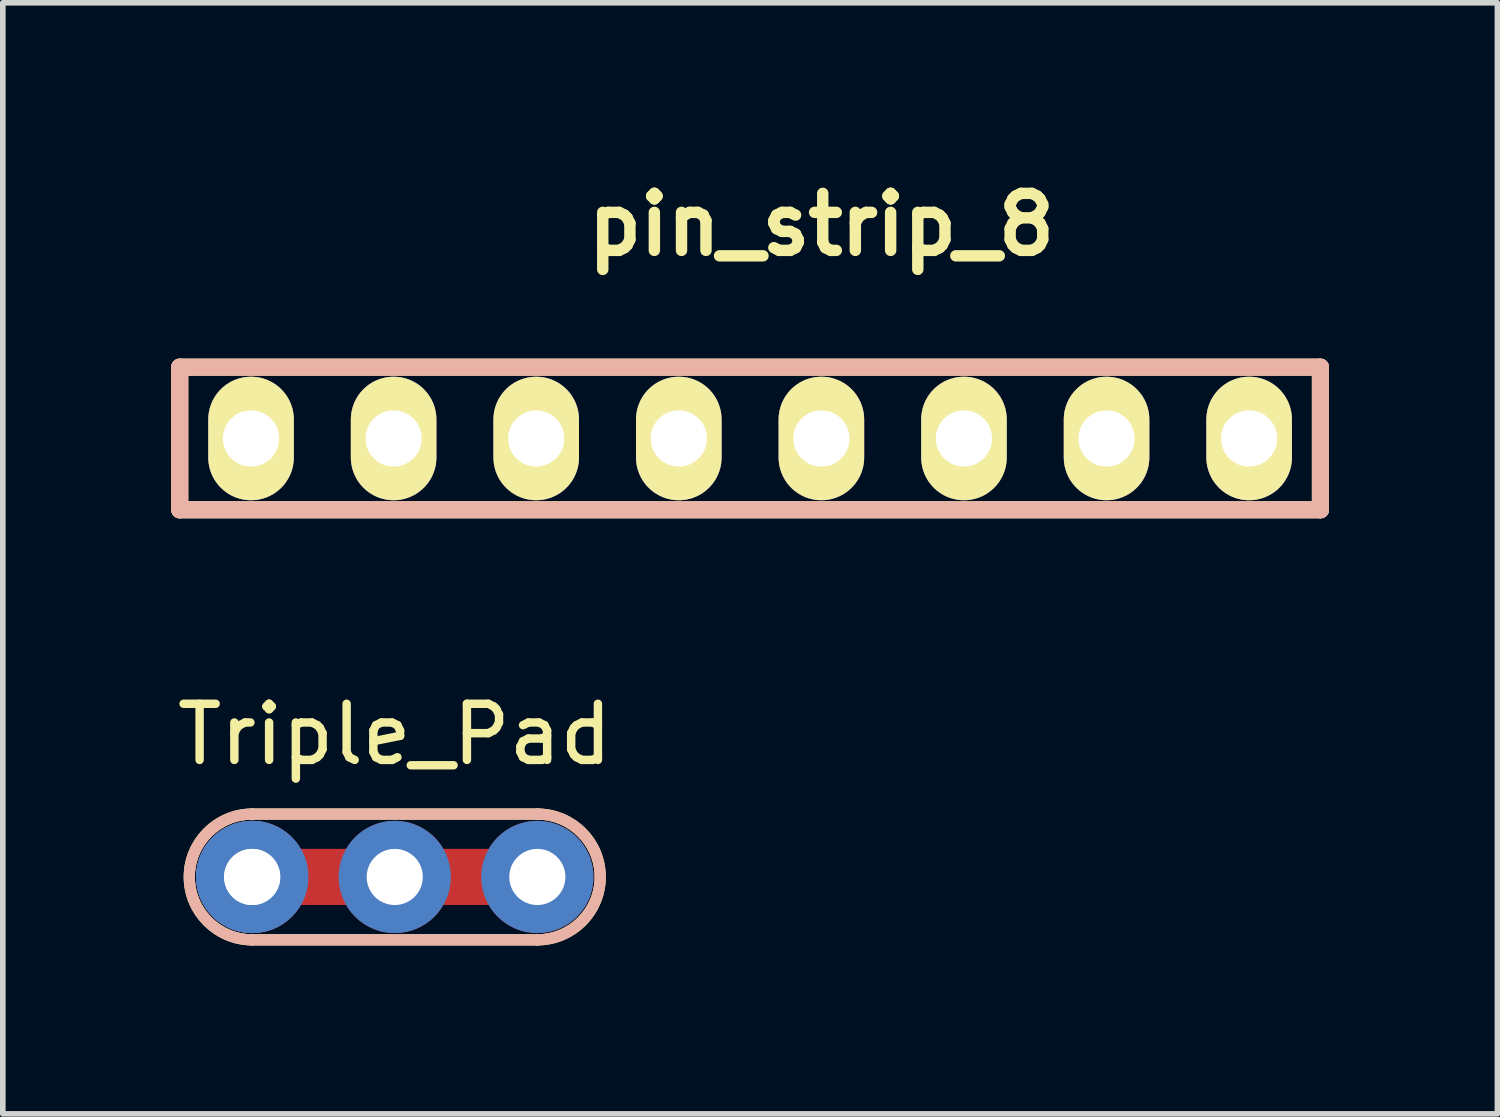
<source format=kicad_pcb>
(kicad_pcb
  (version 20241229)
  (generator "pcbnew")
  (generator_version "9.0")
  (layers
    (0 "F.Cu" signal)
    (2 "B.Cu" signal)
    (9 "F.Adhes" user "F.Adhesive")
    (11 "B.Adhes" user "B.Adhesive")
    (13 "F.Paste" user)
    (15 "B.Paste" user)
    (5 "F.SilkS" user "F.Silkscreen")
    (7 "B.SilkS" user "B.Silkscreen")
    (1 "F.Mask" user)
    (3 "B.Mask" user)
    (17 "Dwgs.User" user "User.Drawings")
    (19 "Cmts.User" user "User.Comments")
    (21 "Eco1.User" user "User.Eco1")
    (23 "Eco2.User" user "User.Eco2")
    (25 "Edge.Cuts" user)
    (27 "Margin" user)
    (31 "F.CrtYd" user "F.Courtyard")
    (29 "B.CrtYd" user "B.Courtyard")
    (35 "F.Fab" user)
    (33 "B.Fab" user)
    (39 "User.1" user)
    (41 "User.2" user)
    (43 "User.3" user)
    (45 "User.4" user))
  (footprint "Triple_Pad"
    (layer "F.Cu")
    (at 3.982 12.572)
    (property "Reference" "Triple_Pad" (at 0 -2.54 180) (layer "F.SilkS") (effects (font (size 1 1) (thickness 0.15))))
    (attr through_hole)
    (fp_line (start 0 0) (end -2.54 0) (stroke (width 1) (type solid)) (layer "F.Cu"))
    (fp_line (start 2.54 0) (end 0 0) (stroke (width 1) (type solid)) (layer "F.Cu"))
    (fp_line (start 2.54 -1.12) (end -2.54 -1.12) (stroke (width 0.2) (type solid)) (layer "F.SilkS"))
    (fp_line (start 2.54 1.12) (end -2.54 1.12) (stroke (width 0.2) (type solid)) (layer "F.SilkS"))
    (fp_arc (start -2.54 1.12) (mid -3.66 0) (end -2.54 -1.12) (stroke (width 0.2) (type solid)) (layer "F.SilkS"))
    (fp_arc (start 2.54 -1.12) (mid 3.66 0) (end 2.54 1.12) (stroke (width 0.2) (type solid)) (layer "F.SilkS"))
    (fp_line (start 2.54 -1.12) (end -2.54 -1.12) (stroke (width 0.2) (type solid)) (layer "B.SilkS"))
    (fp_line (start 2.54 1.12) (end -2.54 1.12) (stroke (width 0.2) (type solid)) (layer "B.SilkS"))
    (fp_arc (start -2.54 1.12) (mid -3.66 0) (end -2.54 -1.12) (stroke (width 0.2) (type solid)) (layer "B.SilkS"))
    (fp_arc (start 2.54 -1.12) (mid 3.66 0) (end 2.54 1.12) (stroke (width 0.2) (type solid)) (layer "B.SilkS"))
    (pad "1" thru_hole circle (at -2.54 0 180) (size 2 2) (drill 1) (layers "*.Cu" "*.Mask"))
    (pad "1" thru_hole circle (at -2.54 0 180) (size 2 2) (drill 1) (layers "*.Cu" "*.Mask"))
    (pad "1" thru_hole circle (at 0 0 180) (size 2 2) (drill 1) (layers "*.Cu" "*.Mask"))
    (pad "1" thru_hole circle (at 2.54 0 180) (size 2 2) (drill 1) (layers "*.Cu" "*.Mask")))
  (footprint "pin_strip_8"
    (layer "F.Cu")
    (at 10.312 4.761)
    (property "Reference" "pin_strip_8" (at 1.27 -3.81 0) (layer "F.SilkS") (effects (font (size 1.016 1.016) (thickness 0.203))))
    (attr through_hole)
    (fp_line (start -10.16 -1.27) (end 10.16 -1.27) (stroke (width 0.305) (type solid)) (layer "F.SilkS"))
    (fp_line (start -10.16 1.27) (end -10.16 -1.27) (stroke (width 0.305) (type solid)) (layer "F.SilkS"))
    (fp_line (start 10.16 -1.27) (end 10.16 1.27) (stroke (width 0.305) (type solid)) (layer "F.SilkS"))
    (fp_line (start 10.16 1.27) (end -10.16 1.27) (stroke (width 0.305) (type solid)) (layer "F.SilkS"))
    (fp_line (start -10.16 -1.27) (end 10.16 -1.27) (stroke (width 0.305) (type solid)) (layer "B.SilkS"))
    (fp_line (start -10.16 1.27) (end -10.16 -1.27) (stroke (width 0.305) (type solid)) (layer "B.SilkS"))
    (fp_line (start 10.16 -1.27) (end 10.16 1.27) (stroke (width 0.305) (type solid)) (layer "B.SilkS"))
    (fp_line (start 10.16 1.27) (end -10.16 1.27) (stroke (width 0.305) (type solid)) (layer "B.SilkS"))
    (pad "1" thru_hole oval (at -8.89 0) (size 1.524 2.2) (drill 1.001) (layers "*.Cu" "*.Mask" "F.SilkS"))
    (pad "2" thru_hole oval (at -6.35 0) (size 1.524 2.2) (drill 1.001) (layers "*.Cu" "*.Mask" "F.SilkS"))
    (pad "3" thru_hole oval (at -3.81 0) (size 1.524 2.2) (drill 1.001) (layers "*.Cu" "*.Mask" "F.SilkS"))
    (pad "4" thru_hole oval (at -1.27 0) (size 1.524 2.2) (drill 1.001) (layers "*.Cu" "*.Mask" "F.SilkS"))
    (pad "5" thru_hole oval (at 1.27 0) (size 1.524 2.2) (drill 1.001) (layers "*.Cu" "*.Mask" "F.SilkS"))
    (pad "6" thru_hole oval (at 3.81 0) (size 1.524 2.2) (drill 1.001) (layers "*.Cu" "*.Mask" "F.SilkS"))
    (pad "7" thru_hole oval (at 6.35 0) (size 1.524 2.2) (drill 1.001) (layers "*.Cu" "*.Mask" "F.SilkS"))
    (pad "8" thru_hole oval (at 8.89 0) (size 1.524 2.2) (drill 1.001) (layers "*.Cu" "*.Mask" "F.SilkS")))
  (gr_rect
    (start -3 -3)
    (end 23.625 16.792)
    (stroke (width 0.1) (type default))
    (fill no)
    (layer "Edge.Cuts")))
</source>
